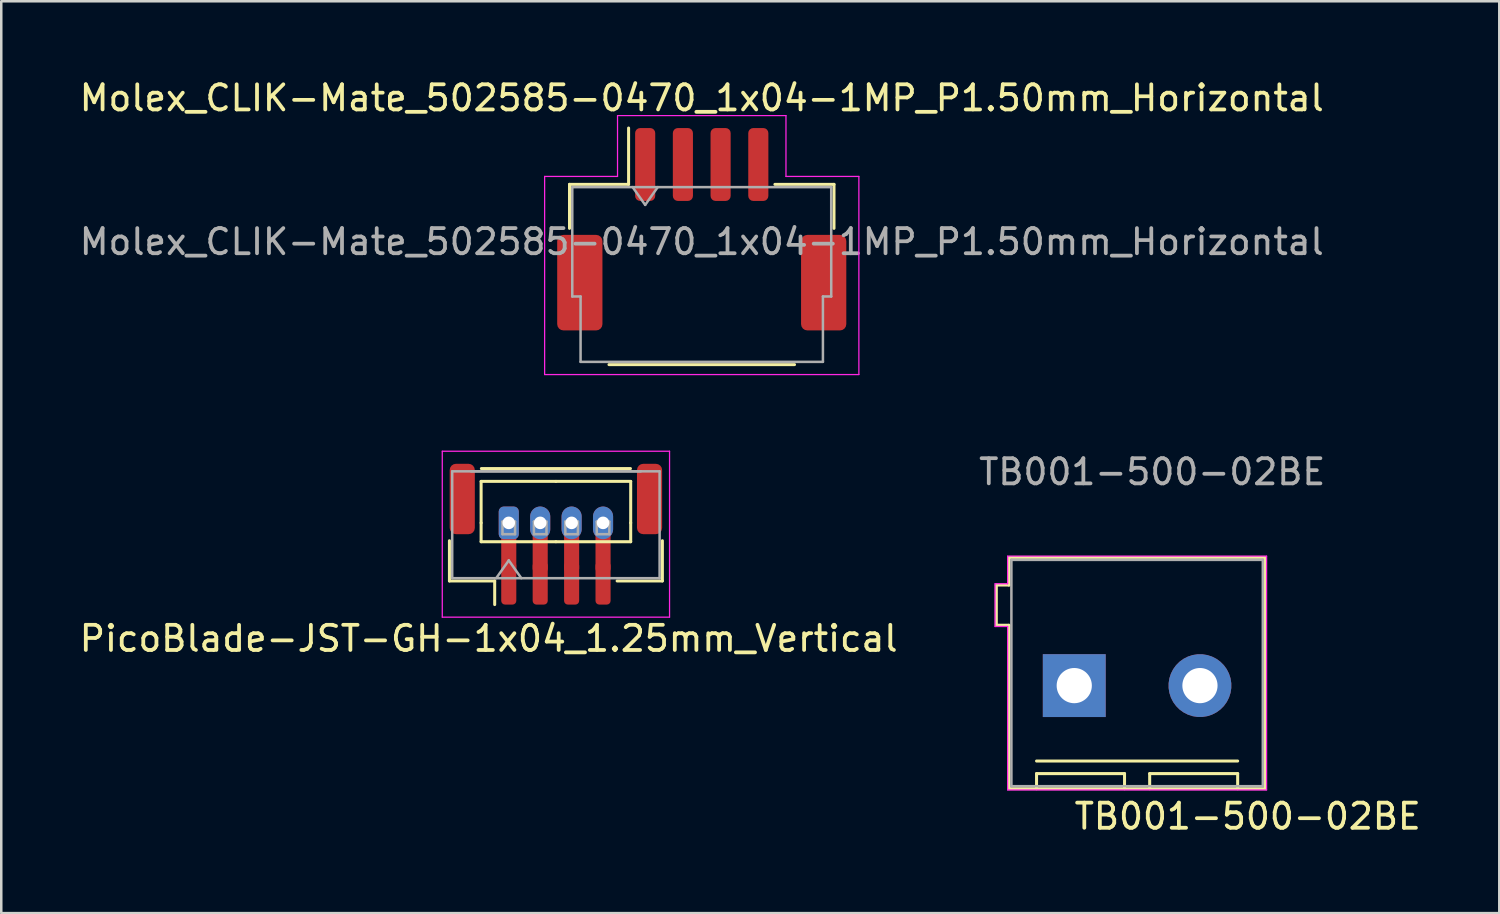
<source format=kicad_pcb>
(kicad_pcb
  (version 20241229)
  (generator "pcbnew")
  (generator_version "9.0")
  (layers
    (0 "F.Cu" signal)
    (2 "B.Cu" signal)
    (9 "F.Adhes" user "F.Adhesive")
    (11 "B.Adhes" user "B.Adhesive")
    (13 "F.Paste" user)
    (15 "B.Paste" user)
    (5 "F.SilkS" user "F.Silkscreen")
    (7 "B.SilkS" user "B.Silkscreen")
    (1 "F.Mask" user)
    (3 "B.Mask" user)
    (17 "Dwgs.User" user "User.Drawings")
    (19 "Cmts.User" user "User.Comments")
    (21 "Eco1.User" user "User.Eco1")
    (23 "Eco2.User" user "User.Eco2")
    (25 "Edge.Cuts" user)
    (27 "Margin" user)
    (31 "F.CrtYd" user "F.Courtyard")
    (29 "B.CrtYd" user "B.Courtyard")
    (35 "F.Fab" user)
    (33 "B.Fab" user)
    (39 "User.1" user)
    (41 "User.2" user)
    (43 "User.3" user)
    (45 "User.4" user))
  (footprint "PicoBlade-JST-GH-1x04_1.25mm_Vertical"
    (layer "F.Cu")
    (at 17.187 17.748)
    (property "Reference" "PicoBlade-JST-GH-1x04_1.25mm_Vertical" (at -0.8 4.6 0) (unlocked yes) (layer "F.SilkS") (effects (font (size 1 1) (thickness 0.15))))
    (attr through_hole)
    (fp_line (start -2.36 0.71) (end -2.36 2.31) (stroke (width 0.12) (type solid)) (layer "F.SilkS"))
    (fp_line (start -2.36 2.31) (end -0.56 2.31) (stroke (width 0.12) (type solid)) (layer "F.SilkS"))
    (fp_line (start -1.1 -1.65) (end 1.875 -1.65) (stroke (width 0.12) (type solid)) (layer "F.SilkS"))
    (fp_line (start -1.1 0) (end -1.1 -1.65) (stroke (width 0.12) (type solid)) (layer "F.SilkS"))
    (fp_line (start -1.1 0.75) (end -1.1 0) (stroke (width 0.12) (type solid)) (layer "F.SilkS"))
    (fp_line (start -1.09 -2.16) (end 4.84 -2.16) (stroke (width 0.12) (type solid)) (layer "F.SilkS"))
    (fp_line (start -0.56 2.31) (end -0.56 3.25) (stroke (width 0.12) (type solid)) (layer "F.SilkS"))
    (fp_line (start 1.875 0.75) (end -1.1 0.75) (stroke (width 0.12) (type solid)) (layer "F.SilkS"))
    (fp_line (start 1.875 0.75) (end 4.85 0.75) (stroke (width 0.12) (type solid)) (layer "F.SilkS"))
    (fp_line (start 4.85 -1.65) (end 1.875 -1.65) (stroke (width 0.12) (type solid)) (layer "F.SilkS"))
    (fp_line (start 4.85 0) (end 4.85 -1.65) (stroke (width 0.12) (type solid)) (layer "F.SilkS"))
    (fp_line (start 4.85 0.75) (end 4.85 0) (stroke (width 0.12) (type solid)) (layer "F.SilkS"))
    (fp_line (start 6.11 0.71) (end 6.11 2.31) (stroke (width 0.12) (type solid)) (layer "F.SilkS"))
    (fp_line (start 6.11 2.31) (end 4.31 2.31) (stroke (width 0.12) (type solid)) (layer "F.SilkS"))
    (fp_line (start -2.645 -2.85) (end -2.645 3.75) (stroke (width 0.05) (type solid)) (layer "F.CrtYd"))
    (fp_line (start -2.645 3.75) (end 6.395 3.75) (stroke (width 0.05) (type solid)) (layer "F.CrtYd"))
    (fp_line (start 6.395 -2.85) (end -2.645 -2.85) (stroke (width 0.05) (type solid)) (layer "F.CrtYd"))
    (fp_line (start 6.395 3.75) (end 6.395 -2.85) (stroke (width 0.05) (type solid)) (layer "F.CrtYd"))
    (fp_line (start -2.25 -2.05) (end 6 -2.05) (stroke (width 0.1) (type solid)) (layer "F.Fab"))
    (fp_line (start -2.25 2.2) (end -2.25 -2.05) (stroke (width 0.1) (type solid)) (layer "F.Fab"))
    (fp_line (start -2.25 2.2) (end 6 2.2) (stroke (width 0.1) (type solid)) (layer "F.Fab"))
    (fp_line (start -0.5 2.2) (end 0 1.493) (stroke (width 0.1) (type solid)) (layer "F.Fab"))
    (fp_line (start -0.25 -0.05) (end -0.25 0.45) (stroke (width 0.1) (type solid)) (layer "F.Fab"))
    (fp_line (start -0.25 0.45) (end 0.25 0.45) (stroke (width 0.1) (type solid)) (layer "F.Fab"))
    (fp_line (start 0 1.493) (end 0.5 2.2) (stroke (width 0.1) (type solid)) (layer "F.Fab"))
    (fp_line (start 0.25 -0.05) (end -0.25 -0.05) (stroke (width 0.1) (type solid)) (layer "F.Fab"))
    (fp_line (start 0.25 0.45) (end 0.25 -0.05) (stroke (width 0.1) (type solid)) (layer "F.Fab"))
    (fp_line (start 1 -0.05) (end 1 0.45) (stroke (width 0.1) (type solid)) (layer "F.Fab"))
    (fp_line (start 1 0.45) (end 1.5 0.45) (stroke (width 0.1) (type solid)) (layer "F.Fab"))
    (fp_line (start 1.5 -0.05) (end 1 -0.05) (stroke (width 0.1) (type solid)) (layer "F.Fab"))
    (fp_line (start 1.5 0.45) (end 1.5 -0.05) (stroke (width 0.1) (type solid)) (layer "F.Fab"))
    (fp_line (start 2.25 -0.05) (end 2.25 0.45) (stroke (width 0.1) (type solid)) (layer "F.Fab"))
    (fp_line (start 2.25 0.45) (end 2.75 0.45) (stroke (width 0.1) (type solid)) (layer "F.Fab"))
    (fp_line (start 2.75 -0.05) (end 2.25 -0.05) (stroke (width 0.1) (type solid)) (layer "F.Fab"))
    (fp_line (start 2.75 0.45) (end 2.75 -0.05) (stroke (width 0.1) (type solid)) (layer "F.Fab"))
    (fp_line (start 3.5 -0.05) (end 3.5 0.45) (stroke (width 0.1) (type solid)) (layer "F.Fab"))
    (fp_line (start 3.5 0.45) (end 4 0.45) (stroke (width 0.1) (type solid)) (layer "F.Fab"))
    (fp_line (start 4 -0.05) (end 3.5 -0.05) (stroke (width 0.1) (type solid)) (layer "F.Fab"))
    (fp_line (start 4 0.45) (end 4 -0.05) (stroke (width 0.1) (type solid)) (layer "F.Fab"))
    (fp_line (start 5.25 -2.05) (end -1.5 -2.05) (stroke (width 0.1) (type solid)) (layer "F.Fab"))
    (fp_line (start 6 2.2) (end 6 -2.05) (stroke (width 0.1) (type solid)) (layer "F.Fab"))
    (pad "1" thru_hole roundrect (at 0 0) (size 0.8 1.3) (drill 0.5) (layers "*.Cu" "*.Mask") (roundrect_rratio 0.25))
    (pad "1" smd roundrect (at 0 1.125) (size 0.6 1.7) (layers "F.Cu") (roundrect_rratio 0.25))
    (pad "1" smd roundrect (at 0 2.4) (size 0.6 1.7) (layers "F.Cu" "F.Mask" "F.Paste") (roundrect_rratio 0.25))
    (pad "2" thru_hole oval (at 1.25 0) (size 0.8 1.3) (drill 0.5) (layers "*.Cu" "*.Mask"))
    (pad "2" smd roundrect (at 1.25 1.125) (size 0.6 1.7) (layers "F.Cu") (roundrect_rratio 0.25))
    (pad "2" smd roundrect (at 1.25 2.4) (size 0.6 1.7) (layers "F.Cu" "F.Mask" "F.Paste") (roundrect_rratio 0.25))
    (pad "3" thru_hole oval (at 2.5 0) (size 0.8 1.3) (drill 0.5) (layers "*.Cu" "*.Mask"))
    (pad "3" smd roundrect (at 2.5 1.125) (size 0.6 1.7) (layers "F.Cu") (roundrect_rratio 0.25))
    (pad "3" smd roundrect (at 2.5 2.4) (size 0.6 1.7) (layers "F.Cu" "F.Mask" "F.Paste") (roundrect_rratio 0.25))
    (pad "4" thru_hole oval (at 3.75 0) (size 0.8 1.3) (drill 0.5) (layers "*.Cu" "*.Mask"))
    (pad "4" smd roundrect (at 3.75 1.125) (size 0.6 1.7) (layers "F.Cu") (roundrect_rratio 0.25))
    (pad "4" smd roundrect (at 3.75 2.4) (size 0.6 1.7) (layers "F.Cu" "F.Mask" "F.Paste") (roundrect_rratio 0.25))
    (pad "MP" smd roundrect (at -1.85 -0.95) (size 1 2.8) (layers "F.Cu" "F.Mask" "F.Paste") (roundrect_rratio 0.25))
    (pad "MP" smd roundrect (at 5.6 -0.95) (size 1 2.8) (layers "F.Cu" "F.Mask" "F.Paste") (roundrect_rratio 0.25)))
  (footprint "TB001-500-02BE"
    (layer "F.Cu")
    (at 42.18 24.221)
    (property "Reference" "TB001-500-02BE" (at 4.4 5.2 0) (unlocked yes) (layer "F.SilkS") (effects (font (size 1 1) (thickness 0.15))))
    (attr smd)
    (fp_line (start -5.6 -4) (end -5.6 -2.4) (stroke (width 0.12) (type solid)) (layer "F.SilkS"))
    (fp_line (start -5.6 -4) (end -5.1 -4) (stroke (width 0.12) (type solid)) (layer "F.SilkS"))
    (fp_line (start -5.6 -2.4) (end -5.1 -2.4) (stroke (width 0.12) (type solid)) (layer "F.SilkS"))
    (fp_line (start -5.1 -5.1) (end -5.1 -4) (stroke (width 0.12) (type solid)) (layer "F.SilkS"))
    (fp_line (start -5.1 -5.1) (end 5.1 -5.1) (stroke (width 0.12) (type solid)) (layer "F.SilkS"))
    (fp_line (start -5.1 4.1) (end -5.1 -2.4) (stroke (width 0.12) (type solid)) (layer "F.SilkS"))
    (fp_line (start -4 3.5) (end -4 4.1) (stroke (width 0.12) (type solid)) (layer "F.SilkS"))
    (fp_line (start -0.5 3.5) (end -4 3.5) (stroke (width 0.12) (type solid)) (layer "F.SilkS"))
    (fp_line (start -0.5 3.5) (end -0.5 4.1) (stroke (width 0.12) (type solid)) (layer "F.SilkS"))
    (fp_line (start 0.5 3.5) (end 4 3.5) (stroke (width 0.12) (type solid)) (layer "F.SilkS"))
    (fp_line (start 0.5 4.1) (end 0.5 3.5) (stroke (width 0.12) (type solid)) (layer "F.SilkS"))
    (fp_line (start 4 3) (end -4 3) (stroke (width 0.12) (type solid)) (layer "F.SilkS"))
    (fp_line (start 4 3.5) (end 4 4.1) (stroke (width 0.12) (type solid)) (layer "F.SilkS"))
    (fp_line (start 5.1 -5.1) (end 5.1 4.1) (stroke (width 0.12) (type solid)) (layer "F.SilkS"))
    (fp_line (start 5.1 4.1) (end -5.1 4.1) (stroke (width 0.12) (type solid)) (layer "F.SilkS"))
    (fp_line (start -5.65 -4.05) (end -5.15 -4.05) (stroke (width 0.05) (type solid)) (layer "F.CrtYd"))
    (fp_line (start -5.65 -2.35) (end -5.65 -4.05) (stroke (width 0.05) (type solid)) (layer "F.CrtYd"))
    (fp_line (start -5.15 -5.15) (end 5.15 -5.15) (stroke (width 0.05) (type solid)) (layer "F.CrtYd"))
    (fp_line (start -5.15 -4.05) (end -5.15 -5.15) (stroke (width 0.05) (type solid)) (layer "F.CrtYd"))
    (fp_line (start -5.15 -2.35) (end -5.65 -2.35) (stroke (width 0.05) (type solid)) (layer "F.CrtYd"))
    (fp_line (start -5.15 4.15) (end -5.15 -2.35) (stroke (width 0.05) (type solid)) (layer "F.CrtYd"))
    (fp_line (start 5.15 -5.15) (end 5.15 4.15) (stroke (width 0.05) (type solid)) (layer "F.CrtYd"))
    (fp_line (start 5.15 4.15) (end -5.15 4.15) (stroke (width 0.05) (type solid)) (layer "F.CrtYd"))
    (fp_line (start -5 -5) (end 5 -5) (stroke (width 0.1) (type solid)) (layer "F.Fab"))
    (fp_line (start -5 4) (end -5 -5) (stroke (width 0.1) (type solid)) (layer "F.Fab"))
    (fp_line (start 5 -5) (end 5 4) (stroke (width 0.1) (type solid)) (layer "F.Fab"))
    (fp_line (start 5 4) (end -5 4) (stroke (width 0.1) (type solid)) (layer "F.Fab"))
    (fp_text user "${REFERENCE}" (at 0.6 -8.5 0) (unlocked yes) (layer "F.Fab") (effects (font (size 1 1) (thickness 0.15))))
    (pad "1" thru_hole trapezoid (at -2.5 0) (size 2.5 2.5) (drill 1.4) (layers "*.Cu" "*.Mask"))
    (pad "2" thru_hole custom (at 2.5 0) (size 2.5 2.5) (drill 1.4) (layers "*.Cu" "*.Mask") (options (anchor circle)) (primitives)))
  (footprint "Molex_CLIK-Mate_502585-0470_1x04-1MP_P1.50mm_Horizontal"
    (layer "F.Cu")
    (at 24.863 6.068)
    (property "Reference" "Molex_CLIK-Mate_502585-0470_1x04-1MP_P1.50mm_Horizontal" (at 0 -5.22 0) (layer "F.SilkS") (effects (font (size 1 1) (thickness 0.15))))
    (attr smd)
    (fp_line (start -5.26 -1.785) (end -2.91 -1.785) (stroke (width 0.12) (type solid)) (layer "F.SilkS"))
    (fp_line (start -5.26 -0.035) (end -5.26 -1.785) (stroke (width 0.12) (type solid)) (layer "F.SilkS"))
    (fp_line (start -3.69 5.385) (end 3.69 5.385) (stroke (width 0.12) (type solid)) (layer "F.SilkS"))
    (fp_line (start -2.91 -1.785) (end -2.91 -4.025) (stroke (width 0.12) (type solid)) (layer "F.SilkS"))
    (fp_line (start 5.26 -1.785) (end 2.91 -1.785) (stroke (width 0.12) (type solid)) (layer "F.SilkS"))
    (fp_line (start 5.26 -0.035) (end 5.26 -1.785) (stroke (width 0.12) (type solid)) (layer "F.SilkS"))
    (fp_line (start -6.25 -2.1) (end -6.25 5.78) (stroke (width 0.05) (type solid)) (layer "F.CrtYd"))
    (fp_line (start -6.25 5.78) (end 6.25 5.78) (stroke (width 0.05) (type solid)) (layer "F.CrtYd"))
    (fp_line (start -3.35 -4.52) (end -3.35 -2.1) (stroke (width 0.05) (type default)) (layer "F.CrtYd"))
    (fp_line (start -3.35 -2.1) (end -6.25 -2.1) (stroke (width 0.05) (type default)) (layer "F.CrtYd"))
    (fp_line (start 3.35 -4.52) (end -3.35 -4.52) (stroke (width 0.05) (type solid)) (layer "F.CrtYd"))
    (fp_line (start 3.35 -4.52) (end 3.35 -2.1) (stroke (width 0.05) (type default)) (layer "F.CrtYd"))
    (fp_line (start 3.35 -2.1) (end 6.25 -2.1) (stroke (width 0.05) (type default)) (layer "F.CrtYd"))
    (fp_line (start 6.25 5.78) (end 6.25 -2.1) (stroke (width 0.05) (type solid)) (layer "F.CrtYd"))
    (fp_line (start -5.15 -1.675) (end -5.15 2.675) (stroke (width 0.1) (type solid)) (layer "F.Fab"))
    (fp_line (start -5.15 -1.675) (end 5.15 -1.675) (stroke (width 0.1) (type solid)) (layer "F.Fab"))
    (fp_line (start -5.15 2.675) (end -4.82 2.675) (stroke (width 0.1) (type solid)) (layer "F.Fab"))
    (fp_line (start -4.82 2.675) (end -4.82 5.275) (stroke (width 0.1) (type solid)) (layer "F.Fab"))
    (fp_line (start -4.82 5.275) (end 4.82 5.275) (stroke (width 0.1) (type solid)) (layer "F.Fab"))
    (fp_line (start -2.75 -1.675) (end -2.25 -0.968) (stroke (width 0.1) (type solid)) (layer "F.Fab"))
    (fp_line (start -2.25 -0.968) (end -1.75 -1.675) (stroke (width 0.1) (type solid)) (layer "F.Fab"))
    (fp_line (start 4.82 2.675) (end 5.15 2.675) (stroke (width 0.1) (type solid)) (layer "F.Fab"))
    (fp_line (start 4.82 5.275) (end 4.82 2.675) (stroke (width 0.1) (type solid)) (layer "F.Fab"))
    (fp_line (start 5.15 -1.675) (end 5.15 2.675) (stroke (width 0.1) (type solid)) (layer "F.Fab"))
    (fp_text user "${REFERENCE}" (at 0 0.5 0) (layer "F.Fab") (effects (font (size 1 1) (thickness 0.15))))
    (pad "1" smd roundrect (at -2.25 -2.575) (size 0.8 2.9) (layers "F.Cu" "F.Mask" "F.Paste") (roundrect_rratio 0.25))
    (pad "2" smd roundrect (at -0.75 -2.575) (size 0.8 2.9) (layers "F.Cu" "F.Mask" "F.Paste") (roundrect_rratio 0.25))
    (pad "3" smd roundrect (at 0.75 -2.575) (size 0.8 2.9) (layers "F.Cu" "F.Mask" "F.Paste") (roundrect_rratio 0.25))
    (pad "4" smd roundrect (at 2.25 -2.575) (size 0.8 2.9) (layers "F.Cu" "F.Mask" "F.Paste") (roundrect_rratio 0.25))
    (pad "MP" smd roundrect (at -4.85 2.125) (size 1.8 3.8) (layers "F.Cu" "F.Mask" "F.Paste") (roundrect_rratio 0.139))
    (pad "MP" smd roundrect (at 4.85 2.125) (size 1.8 3.8) (layers "F.Cu" "F.Mask" "F.Paste") (roundrect_rratio 0.139)))
  (gr_rect
    (start -3 -3)
    (end 56.586 33.27)
    (stroke (width 0.1) (type default))
    (fill no)
    (layer "Edge.Cuts")))
</source>
